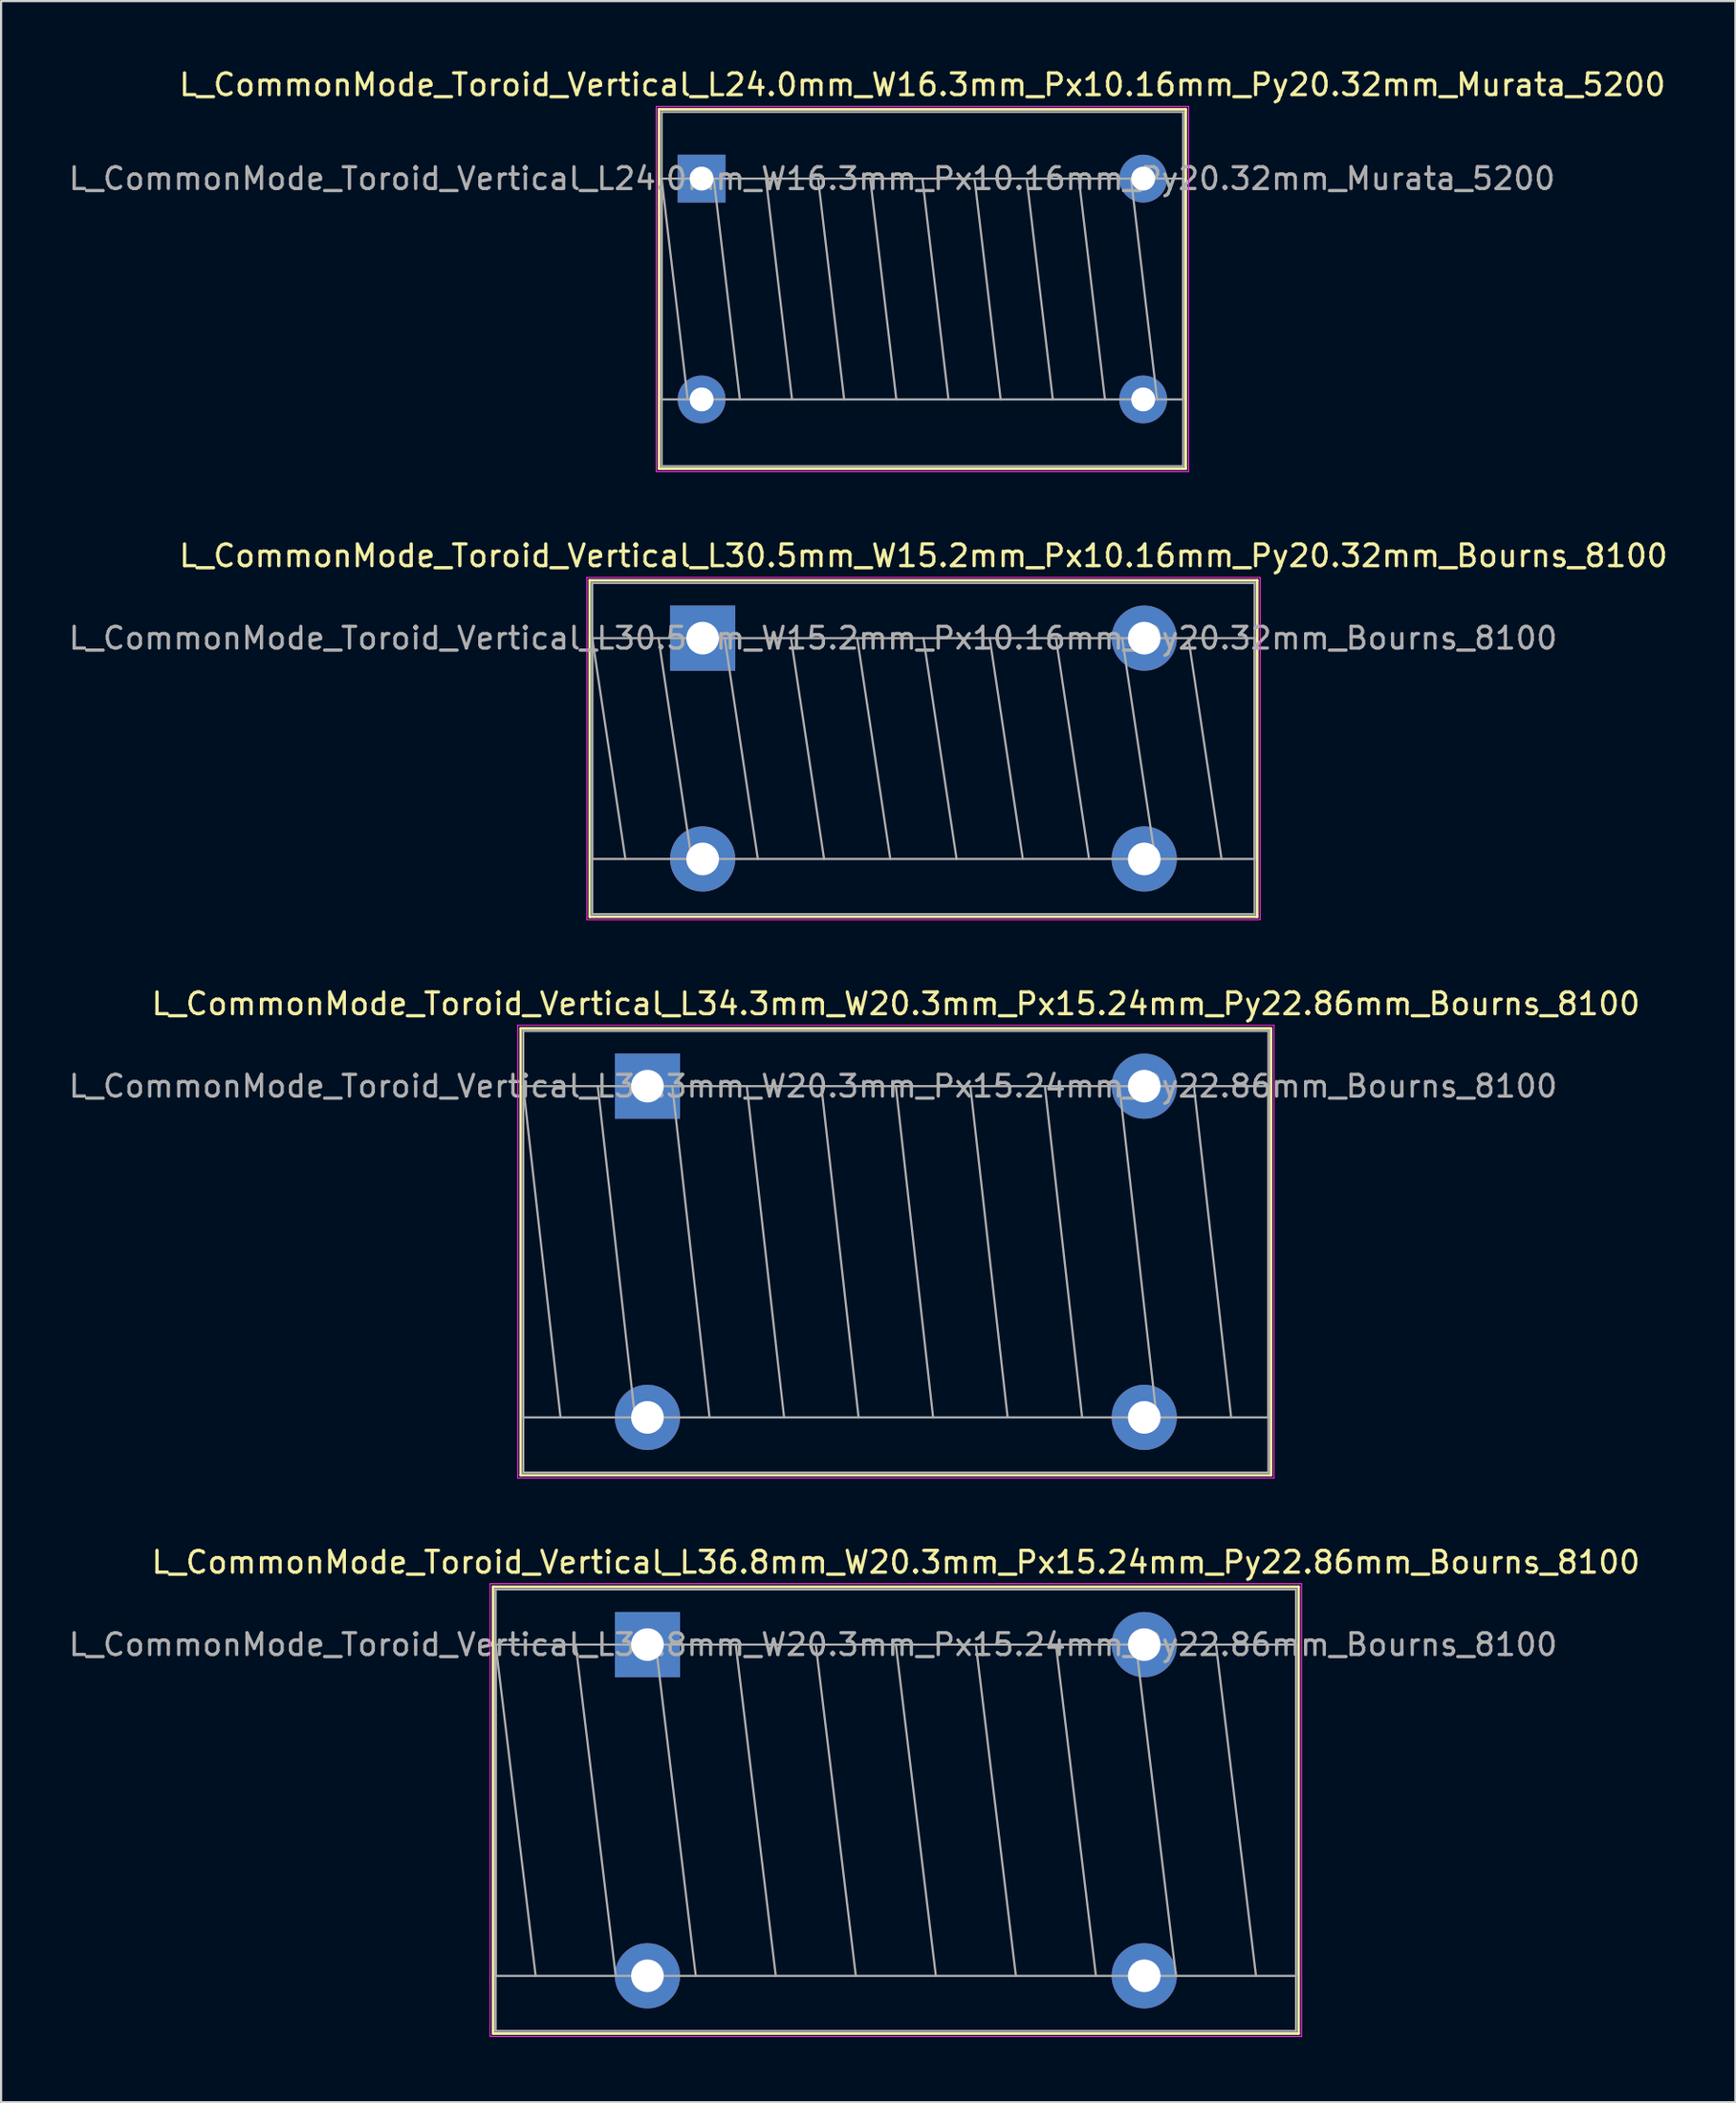
<source format=kicad_pcb>
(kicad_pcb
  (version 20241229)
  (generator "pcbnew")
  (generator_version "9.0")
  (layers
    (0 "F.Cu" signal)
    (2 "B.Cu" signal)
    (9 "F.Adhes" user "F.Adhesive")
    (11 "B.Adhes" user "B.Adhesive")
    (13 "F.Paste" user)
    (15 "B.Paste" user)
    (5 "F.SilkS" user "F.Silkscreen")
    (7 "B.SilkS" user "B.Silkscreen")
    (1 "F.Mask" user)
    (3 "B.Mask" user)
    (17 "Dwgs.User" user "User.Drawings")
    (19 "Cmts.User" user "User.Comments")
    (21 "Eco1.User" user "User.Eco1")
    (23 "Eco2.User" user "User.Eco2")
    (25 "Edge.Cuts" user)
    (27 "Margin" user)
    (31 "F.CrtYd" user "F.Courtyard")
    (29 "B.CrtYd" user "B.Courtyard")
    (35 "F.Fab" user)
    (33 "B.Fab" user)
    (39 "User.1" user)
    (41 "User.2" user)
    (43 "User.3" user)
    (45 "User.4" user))
  (footprint "L_CommonMode_Toroid_Vertical_L36.8mm_W20.3mm_Px15.24mm_Py22.86mm_Bourns_8100"
    (layer "F.Cu")
    (at 26.743 72.618)
    (property "Reference" "L_CommonMode_Toroid_Vertical_L36.8mm_W20.3mm_Px15.24mm_Py22.86mm_Bourns_8100" (at 11.43 -3.79 0) (layer "F.SilkS") (effects (font (size 1 1) (thickness 0.15))))
    (attr through_hole)
    (fp_line (start -7.105 -2.66) (end -7.105 17.9) (stroke (width 0.12) (type solid)) (layer "F.SilkS"))
    (fp_line (start -7.105 -2.66) (end 29.965 -2.66) (stroke (width 0.12) (type solid)) (layer "F.SilkS"))
    (fp_line (start -7.105 17.9) (end 29.965 17.9) (stroke (width 0.12) (type solid)) (layer "F.SilkS"))
    (fp_line (start 29.965 -2.66) (end 29.965 17.9) (stroke (width 0.12) (type solid)) (layer "F.SilkS"))
    (fp_line (start -7.24 -2.8) (end -7.24 18.03) (stroke (width 0.05) (type solid)) (layer "F.CrtYd"))
    (fp_line (start -7.24 18.03) (end 30.1 18.03) (stroke (width 0.05) (type solid)) (layer "F.CrtYd"))
    (fp_line (start 30.1 -2.8) (end -7.24 -2.8) (stroke (width 0.05) (type solid)) (layer "F.CrtYd"))
    (fp_line (start 30.1 18.03) (end 30.1 -2.8) (stroke (width 0.05) (type solid)) (layer "F.CrtYd"))
    (fp_line (start -6.985 -2.54) (end -6.985 17.78) (stroke (width 0.1) (type solid)) (layer "F.Fab"))
    (fp_line (start -6.985 0) (end -6.985 15.24) (stroke (width 0.1) (type solid)) (layer "F.Fab"))
    (fp_line (start -6.985 0) (end -5.144 15.24) (stroke (width 0.1) (type solid)) (layer "F.Fab"))
    (fp_line (start -6.985 15.24) (end 29.845 15.24) (stroke (width 0.1) (type solid)) (layer "F.Fab"))
    (fp_line (start -6.985 17.78) (end 29.845 17.78) (stroke (width 0.1) (type solid)) (layer "F.Fab"))
    (fp_line (start -3.302 0) (end -1.46 15.24) (stroke (width 0.1) (type solid)) (layer "F.Fab"))
    (fp_line (start 0.381 0) (end 2.223 15.24) (stroke (width 0.1) (type solid)) (layer "F.Fab"))
    (fp_line (start 4.064 0) (end 5.905 15.24) (stroke (width 0.1) (type solid)) (layer "F.Fab"))
    (fp_line (start 7.747 0) (end 9.588 15.24) (stroke (width 0.1) (type solid)) (layer "F.Fab"))
    (fp_line (start 11.43 0) (end 13.271 15.24) (stroke (width 0.1) (type solid)) (layer "F.Fab"))
    (fp_line (start 15.113 0) (end 16.954 15.24) (stroke (width 0.1) (type solid)) (layer "F.Fab"))
    (fp_line (start 18.796 0) (end 20.637 15.24) (stroke (width 0.1) (type solid)) (layer "F.Fab"))
    (fp_line (start 22.479 0) (end 24.32 15.24) (stroke (width 0.1) (type solid)) (layer "F.Fab"))
    (fp_line (start 26.162 0) (end 28.003 15.24) (stroke (width 0.1) (type solid)) (layer "F.Fab"))
    (fp_line (start 29.845 -2.54) (end -6.985 -2.54) (stroke (width 0.1) (type solid)) (layer "F.Fab"))
    (fp_line (start 29.845 0) (end -6.985 0) (stroke (width 0.1) (type solid)) (layer "F.Fab"))
    (fp_line (start 29.845 15.24) (end 29.845 0) (stroke (width 0.1) (type solid)) (layer "F.Fab"))
    (fp_line (start 29.845 17.78) (end 29.845 -2.54) (stroke (width 0.1) (type solid)) (layer "F.Fab"))
    (fp_text user "${REFERENCE}" (at 7.62 0 0) (layer "F.Fab") (effects (font (size 1 1) (thickness 0.15))))
    (pad "1" thru_hole rect (at 0 0) (size 3 3) (drill 1.5) (layers "*.Cu" "*.Mask"))
    (pad "2" thru_hole circle (at 0 15.24) (size 3 3) (drill 1.5) (layers "*.Cu" "*.Mask"))
    (pad "3" thru_hole circle (at 22.86 15.24) (size 3 3) (drill 1.5) (layers "*.Cu" "*.Mask"))
    (pad "4" thru_hole circle (at 22.86 0) (size 3 3) (drill 1.5) (layers "*.Cu" "*.Mask")))
  (footprint "L_CommonMode_Toroid_Vertical_L24.0mm_W16.3mm_Px10.16mm_Py20.32mm_Murata_5200"
    (layer "F.Cu")
    (at 29.235 5.168)
    (property "Reference" "L_CommonMode_Toroid_Vertical_L24.0mm_W16.3mm_Px10.16mm_Py20.32mm_Murata_5200" (at 10.16 -4.32 0) (layer "F.SilkS") (effects (font (size 1 1) (thickness 0.15))))
    (attr through_hole)
    (fp_line (start -1.96 -3.19) (end -1.96 13.35) (stroke (width 0.12) (type solid)) (layer "F.SilkS"))
    (fp_line (start -1.96 -3.19) (end 22.28 -3.19) (stroke (width 0.12) (type solid)) (layer "F.SilkS"))
    (fp_line (start -1.96 13.35) (end 22.28 13.35) (stroke (width 0.12) (type solid)) (layer "F.SilkS"))
    (fp_line (start 22.28 -3.19) (end 22.28 13.35) (stroke (width 0.12) (type solid)) (layer "F.SilkS"))
    (fp_line (start -2.09 -3.32) (end -2.09 13.48) (stroke (width 0.05) (type solid)) (layer "F.CrtYd"))
    (fp_line (start -2.09 13.48) (end 22.41 13.48) (stroke (width 0.05) (type solid)) (layer "F.CrtYd"))
    (fp_line (start 22.41 -3.32) (end -2.09 -3.32) (stroke (width 0.05) (type solid)) (layer "F.CrtYd"))
    (fp_line (start 22.41 13.48) (end 22.41 -3.32) (stroke (width 0.05) (type solid)) (layer "F.CrtYd"))
    (fp_line (start -1.84 -3.07) (end -1.84 13.23) (stroke (width 0.1) (type solid)) (layer "F.Fab"))
    (fp_line (start -1.84 0) (end -1.84 10.16) (stroke (width 0.1) (type solid)) (layer "F.Fab"))
    (fp_line (start -1.84 0) (end -0.64 10.16) (stroke (width 0.1) (type solid)) (layer "F.Fab"))
    (fp_line (start -1.84 10.16) (end 22.16 10.16) (stroke (width 0.1) (type solid)) (layer "F.Fab"))
    (fp_line (start -1.84 13.23) (end 22.16 13.23) (stroke (width 0.1) (type solid)) (layer "F.Fab"))
    (fp_line (start 0.56 0) (end 1.76 10.16) (stroke (width 0.1) (type solid)) (layer "F.Fab"))
    (fp_line (start 2.96 0) (end 4.16 10.16) (stroke (width 0.1) (type solid)) (layer "F.Fab"))
    (fp_line (start 5.36 0) (end 6.56 10.16) (stroke (width 0.1) (type solid)) (layer "F.Fab"))
    (fp_line (start 7.76 0) (end 8.96 10.16) (stroke (width 0.1) (type solid)) (layer "F.Fab"))
    (fp_line (start 10.16 0) (end 11.36 10.16) (stroke (width 0.1) (type solid)) (layer "F.Fab"))
    (fp_line (start 12.56 0) (end 13.76 10.16) (stroke (width 0.1) (type solid)) (layer "F.Fab"))
    (fp_line (start 14.96 0) (end 16.16 10.16) (stroke (width 0.1) (type solid)) (layer "F.Fab"))
    (fp_line (start 17.36 0) (end 18.56 10.16) (stroke (width 0.1) (type solid)) (layer "F.Fab"))
    (fp_line (start 19.76 0) (end 20.96 10.16) (stroke (width 0.1) (type solid)) (layer "F.Fab"))
    (fp_line (start 22.16 -3.07) (end -1.84 -3.07) (stroke (width 0.1) (type solid)) (layer "F.Fab"))
    (fp_line (start 22.16 0) (end -1.84 0) (stroke (width 0.1) (type solid)) (layer "F.Fab"))
    (fp_line (start 22.16 10.16) (end 22.16 0) (stroke (width 0.1) (type solid)) (layer "F.Fab"))
    (fp_line (start 22.16 13.23) (end 22.16 -3.07) (stroke (width 0.1) (type solid)) (layer "F.Fab"))
    (fp_text user "${REFERENCE}" (at 5.08 0 0) (layer "F.Fab") (effects (font (size 1 1) (thickness 0.15))))
    (pad "1" thru_hole rect (at 0 0) (size 2.2 2.2) (drill 1.1) (layers "*.Cu" "*.Mask"))
    (pad "2" thru_hole circle (at 0 10.16) (size 2.2 2.2) (drill 1.1) (layers "*.Cu" "*.Mask"))
    (pad "3" thru_hole circle (at 20.32 10.16) (size 2.2 2.2) (drill 1.1) (layers "*.Cu" "*.Mask"))
    (pad "4" thru_hole circle (at 20.32 0) (size 2.2 2.2) (drill 1.1) (layers "*.Cu" "*.Mask")))
  (footprint "L_CommonMode_Toroid_Vertical_L30.5mm_W15.2mm_Px10.16mm_Py20.32mm_Bourns_8100"
    (layer "F.Cu")
    (at 29.283 26.311)
    (property "Reference" "L_CommonMode_Toroid_Vertical_L30.5mm_W15.2mm_Px10.16mm_Py20.32mm_Bourns_8100" (at 10.16 -3.79 0) (layer "F.SilkS") (effects (font (size 1 1) (thickness 0.15))))
    (attr through_hole)
    (fp_line (start -5.2 -2.66) (end -5.2 12.82) (stroke (width 0.12) (type solid)) (layer "F.SilkS"))
    (fp_line (start -5.2 -2.66) (end 25.52 -2.66) (stroke (width 0.12) (type solid)) (layer "F.SilkS"))
    (fp_line (start -5.2 12.82) (end 25.52 12.82) (stroke (width 0.12) (type solid)) (layer "F.SilkS"))
    (fp_line (start 25.52 -2.66) (end 25.52 12.82) (stroke (width 0.12) (type solid)) (layer "F.SilkS"))
    (fp_line (start -5.33 -2.79) (end -5.33 12.95) (stroke (width 0.05) (type solid)) (layer "F.CrtYd"))
    (fp_line (start -5.33 12.95) (end 25.65 12.95) (stroke (width 0.05) (type solid)) (layer "F.CrtYd"))
    (fp_line (start 25.65 -2.79) (end -5.33 -2.79) (stroke (width 0.05) (type solid)) (layer "F.CrtYd"))
    (fp_line (start 25.65 12.95) (end 25.65 -2.79) (stroke (width 0.05) (type solid)) (layer "F.CrtYd"))
    (fp_line (start -5.08 -2.54) (end -5.08 12.7) (stroke (width 0.1) (type solid)) (layer "F.Fab"))
    (fp_line (start -5.08 0) (end -5.08 10.16) (stroke (width 0.1) (type solid)) (layer "F.Fab"))
    (fp_line (start -5.08 0) (end -3.556 10.16) (stroke (width 0.1) (type solid)) (layer "F.Fab"))
    (fp_line (start -5.08 10.16) (end 25.4 10.16) (stroke (width 0.1) (type solid)) (layer "F.Fab"))
    (fp_line (start -5.08 12.7) (end 25.4 12.7) (stroke (width 0.1) (type solid)) (layer "F.Fab"))
    (fp_line (start -2.032 0) (end -0.508 10.16) (stroke (width 0.1) (type solid)) (layer "F.Fab"))
    (fp_line (start 1.016 0) (end 2.54 10.16) (stroke (width 0.1) (type solid)) (layer "F.Fab"))
    (fp_line (start 4.064 0) (end 5.588 10.16) (stroke (width 0.1) (type solid)) (layer "F.Fab"))
    (fp_line (start 7.112 0) (end 8.636 10.16) (stroke (width 0.1) (type solid)) (layer "F.Fab"))
    (fp_line (start 10.16 0) (end 11.684 10.16) (stroke (width 0.1) (type solid)) (layer "F.Fab"))
    (fp_line (start 13.208 0) (end 14.732 10.16) (stroke (width 0.1) (type solid)) (layer "F.Fab"))
    (fp_line (start 16.256 0) (end 17.78 10.16) (stroke (width 0.1) (type solid)) (layer "F.Fab"))
    (fp_line (start 19.304 0) (end 20.828 10.16) (stroke (width 0.1) (type solid)) (layer "F.Fab"))
    (fp_line (start 22.352 0) (end 23.876 10.16) (stroke (width 0.1) (type solid)) (layer "F.Fab"))
    (fp_line (start 25.4 -2.54) (end -5.08 -2.54) (stroke (width 0.1) (type solid)) (layer "F.Fab"))
    (fp_line (start 25.4 0) (end -5.08 0) (stroke (width 0.1) (type solid)) (layer "F.Fab"))
    (fp_line (start 25.4 10.16) (end 25.4 0) (stroke (width 0.1) (type solid)) (layer "F.Fab"))
    (fp_line (start 25.4 12.7) (end 25.4 -2.54) (stroke (width 0.1) (type solid)) (layer "F.Fab"))
    (fp_text user "${REFERENCE}" (at 5.08 0 0) (layer "F.Fab") (effects (font (size 1 1) (thickness 0.15))))
    (pad "1" thru_hole rect (at 0 0) (size 3 3) (drill 1.5) (layers "*.Cu" "*.Mask"))
    (pad "2" thru_hole circle (at 0 10.16) (size 3 3) (drill 1.5) (layers "*.Cu" "*.Mask"))
    (pad "3" thru_hole circle (at 20.32 10.16) (size 3 3) (drill 1.5) (layers "*.Cu" "*.Mask"))
    (pad "4" thru_hole circle (at 20.32 0) (size 3 3) (drill 1.5) (layers "*.Cu" "*.Mask")))
  (footprint "L_CommonMode_Toroid_Vertical_L34.3mm_W20.3mm_Px15.24mm_Py22.86mm_Bourns_8100"
    (layer "F.Cu")
    (at 26.743 46.925)
    (property "Reference" "L_CommonMode_Toroid_Vertical_L34.3mm_W20.3mm_Px15.24mm_Py22.86mm_Bourns_8100" (at 11.43 -3.79 0) (layer "F.SilkS") (effects (font (size 1 1) (thickness 0.15))))
    (attr through_hole)
    (fp_line (start -5.835 -2.66) (end -5.835 17.9) (stroke (width 0.12) (type solid)) (layer "F.SilkS"))
    (fp_line (start -5.835 -2.66) (end 28.695 -2.66) (stroke (width 0.12) (type solid)) (layer "F.SilkS"))
    (fp_line (start -5.835 17.9) (end 28.695 17.9) (stroke (width 0.12) (type solid)) (layer "F.SilkS"))
    (fp_line (start 28.695 -2.66) (end 28.695 17.9) (stroke (width 0.12) (type solid)) (layer "F.SilkS"))
    (fp_line (start -5.97 -2.8) (end -5.97 18.03) (stroke (width 0.05) (type solid)) (layer "F.CrtYd"))
    (fp_line (start -5.97 18.03) (end 28.83 18.03) (stroke (width 0.05) (type solid)) (layer "F.CrtYd"))
    (fp_line (start 28.83 -2.8) (end -5.97 -2.8) (stroke (width 0.05) (type solid)) (layer "F.CrtYd"))
    (fp_line (start 28.83 18.03) (end 28.83 -2.8) (stroke (width 0.05) (type solid)) (layer "F.CrtYd"))
    (fp_line (start -5.715 -2.54) (end -5.715 17.78) (stroke (width 0.1) (type solid)) (layer "F.Fab"))
    (fp_line (start -5.715 0) (end -5.715 15.24) (stroke (width 0.1) (type solid)) (layer "F.Fab"))
    (fp_line (start -5.715 0) (end -4 15.24) (stroke (width 0.1) (type solid)) (layer "F.Fab"))
    (fp_line (start -5.715 15.24) (end 28.575 15.24) (stroke (width 0.1) (type solid)) (layer "F.Fab"))
    (fp_line (start -5.715 17.78) (end 28.575 17.78) (stroke (width 0.1) (type solid)) (layer "F.Fab"))
    (fp_line (start -2.286 0) (end -0.572 15.24) (stroke (width 0.1) (type solid)) (layer "F.Fab"))
    (fp_line (start 1.143 0) (end 2.857 15.24) (stroke (width 0.1) (type solid)) (layer "F.Fab"))
    (fp_line (start 4.572 0) (end 6.287 15.24) (stroke (width 0.1) (type solid)) (layer "F.Fab"))
    (fp_line (start 8.001 0) (end 9.716 15.24) (stroke (width 0.1) (type solid)) (layer "F.Fab"))
    (fp_line (start 11.43 0) (end 13.145 15.24) (stroke (width 0.1) (type solid)) (layer "F.Fab"))
    (fp_line (start 14.859 0) (end 16.573 15.24) (stroke (width 0.1) (type solid)) (layer "F.Fab"))
    (fp_line (start 18.288 0) (end 20.003 15.24) (stroke (width 0.1) (type solid)) (layer "F.Fab"))
    (fp_line (start 21.717 0) (end 23.431 15.24) (stroke (width 0.1) (type solid)) (layer "F.Fab"))
    (fp_line (start 25.146 0) (end 26.86 15.24) (stroke (width 0.1) (type solid)) (layer "F.Fab"))
    (fp_line (start 28.575 -2.54) (end -5.715 -2.54) (stroke (width 0.1) (type solid)) (layer "F.Fab"))
    (fp_line (start 28.575 0) (end -5.715 0) (stroke (width 0.1) (type solid)) (layer "F.Fab"))
    (fp_line (start 28.575 15.24) (end 28.575 0) (stroke (width 0.1) (type solid)) (layer "F.Fab"))
    (fp_line (start 28.575 17.78) (end 28.575 -2.54) (stroke (width 0.1) (type solid)) (layer "F.Fab"))
    (fp_text user "${REFERENCE}" (at 7.62 0 0) (layer "F.Fab") (effects (font (size 1 1) (thickness 0.15))))
    (pad "1" thru_hole rect (at 0 0) (size 3 3) (drill 1.5) (layers "*.Cu" "*.Mask"))
    (pad "2" thru_hole circle (at 0 15.24) (size 3 3) (drill 1.5) (layers "*.Cu" "*.Mask"))
    (pad "3" thru_hole circle (at 22.86 15.24) (size 3 3) (drill 1.5) (layers "*.Cu" "*.Mask"))
    (pad "4" thru_hole circle (at 22.86 0) (size 3 3) (drill 1.5) (layers "*.Cu" "*.Mask")))
  (gr_rect
    (start -3 -3)
    (end 76.806 93.673)
    (stroke (width 0.1) (type default))
    (fill no)
    (layer "Edge.Cuts")))
</source>
